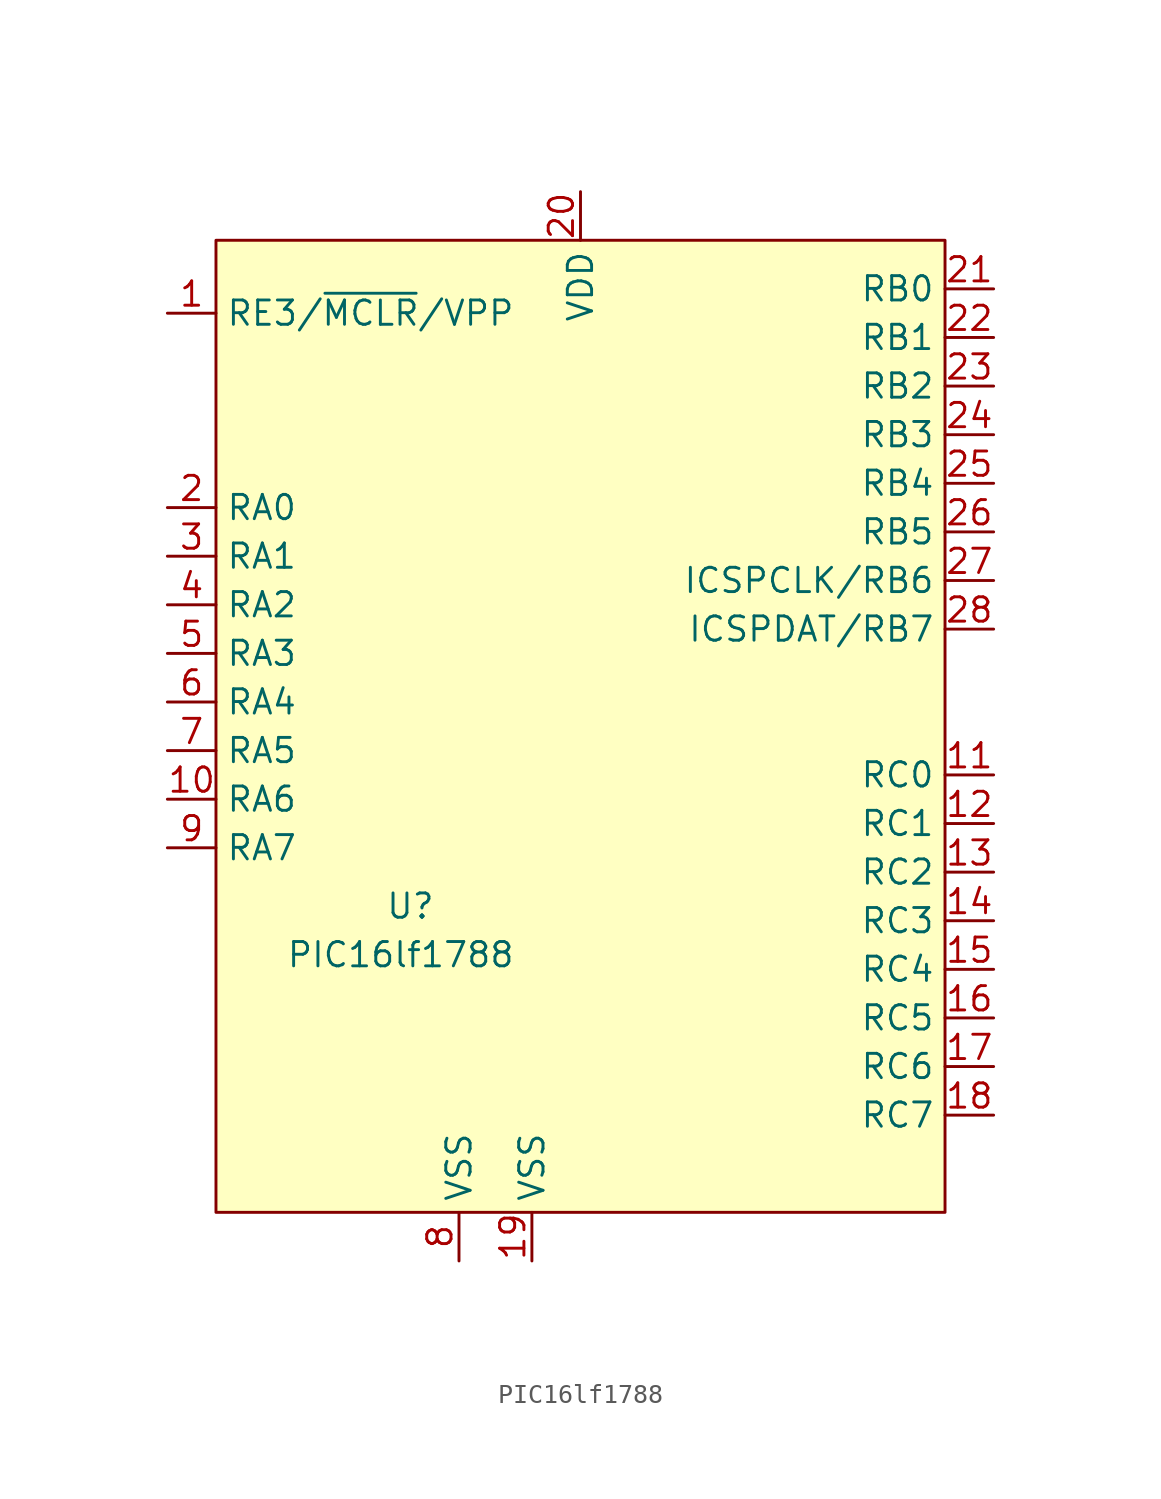
<source format=kicad_sym>
(kicad_symbol_lib
  (version 20231120)
  (generator "kicad_symbol_editor")
  (generator_version "8.0")
  (symbol "PIC16lf1788"
    (property "Reference" "U"
      (at -8.89 -34.798 0)
      (effects (font (size 1.27 1.27))))
    (property "Value" "PIC16lf1788"
      (at -9.398 -37.338 0)
      (effects (font (size 1.27 1.27))))
    (symbol "PIC16lf1788_1_1"
      (rectangle (start -19.05 0) (end 19.05 -50.8) (stroke (width 0) (type default)) (fill (type background)))
      (pin passive line (at -21.59 -3.81 0) (length 2.54) (name "RE3/~{MCLR}/VPP" (effects (font (size 1.27 1.27)))) (number "1" (effects (font (size 1.27 1.27)))))
      (pin passive line (at -21.59 -29.21 0) (length 2.54) (name "RA6" (effects (font (size 1.27 1.27)))) (number "10" (effects (font (size 1.27 1.27)))))
      (pin passive line (at 21.59 -27.94 180) (length 2.54) (name "RC0" (effects (font (size 1.27 1.27)))) (number "11" (effects (font (size 1.27 1.27)))))
      (pin passive line (at 21.59 -30.48 180) (length 2.54) (name "RC1" (effects (font (size 1.27 1.27)))) (number "12" (effects (font (size 1.27 1.27)))))
      (pin passive line (at 21.59 -33.02 180) (length 2.54) (name "RC2" (effects (font (size 1.27 1.27)))) (number "13" (effects (font (size 1.27 1.27)))))
      (pin passive line (at 21.59 -35.56 180) (length 2.54) (name "RC3" (effects (font (size 1.27 1.27)))) (number "14" (effects (font (size 1.27 1.27)))))
      (pin passive line (at 21.59 -38.1 180) (length 2.54) (name "RC4" (effects (font (size 1.27 1.27)))) (number "15" (effects (font (size 1.27 1.27)))))
      (pin passive line (at 21.59 -40.64 180) (length 2.54) (name "RC5" (effects (font (size 1.27 1.27)))) (number "16" (effects (font (size 1.27 1.27)))))
      (pin passive line (at 21.59 -43.18 180) (length 2.54) (name "RC6" (effects (font (size 1.27 1.27)))) (number "17" (effects (font (size 1.27 1.27)))))
      (pin passive line (at 21.59 -45.72 180) (length 2.54) (name "RC7" (effects (font (size 1.27 1.27)))) (number "18" (effects (font (size 1.27 1.27)))))
      (pin power_out line (at -2.54 -53.34 90) (length 2.54) (name "VSS" (effects (font (size 1.27 1.27)))) (number "19" (effects (font (size 1.27 1.27)))))
      (pin passive line (at -21.59 -13.97 0) (length 2.54) (name "RA0" (effects (font (size 1.27 1.27)))) (number "2" (effects (font (size 1.27 1.27)))))
      (pin power_out line (at 0 2.54 270) (length 2.54) (name "VDD" (effects (font (size 1.27 1.27)))) (number "20" (effects (font (size 1.27 1.27)))))
      (pin passive line (at 21.59 -2.54 180) (length 2.54) (name "RB0" (effects (font (size 1.27 1.27)))) (number "21" (effects (font (size 1.27 1.27)))))
      (pin passive line (at 21.59 -5.08 180) (length 2.54) (name "RB1" (effects (font (size 1.27 1.27)))) (number "22" (effects (font (size 1.27 1.27)))))
      (pin passive line (at 21.59 -7.62 180) (length 2.54) (name "RB2" (effects (font (size 1.27 1.27)))) (number "23" (effects (font (size 1.27 1.27)))))
      (pin passive line (at 21.59 -10.16 180) (length 2.54) (name "RB3" (effects (font (size 1.27 1.27)))) (number "24" (effects (font (size 1.27 1.27)))))
      (pin passive line (at 21.59 -12.7 180) (length 2.54) (name "RB4" (effects (font (size 1.27 1.27)))) (number "25" (effects (font (size 1.27 1.27)))))
      (pin passive line (at 21.59 -15.24 180) (length 2.54) (name "RB5" (effects (font (size 1.27 1.27)))) (number "26" (effects (font (size 1.27 1.27)))))
      (pin passive line (at 21.59 -17.78 180) (length 2.54) (name "ICSPCLK/RB6" (effects (font (size 1.27 1.27)))) (number "27" (effects (font (size 1.27 1.27)))))
      (pin passive line (at 21.59 -20.32 180) (length 2.54) (name "ICSPDAT/RB7" (effects (font (size 1.27 1.27)))) (number "28" (effects (font (size 1.27 1.27)))))
      (pin passive line (at -21.59 -16.51 0) (length 2.54) (name "RA1" (effects (font (size 1.27 1.27)))) (number "3" (effects (font (size 1.27 1.27)))))
      (pin passive line (at -21.59 -19.05 0) (length 2.54) (name "RA2" (effects (font (size 1.27 1.27)))) (number "4" (effects (font (size 1.27 1.27)))))
      (pin passive line (at -21.59 -21.59 0) (length 2.54) (name "RA3" (effects (font (size 1.27 1.27)))) (number "5" (effects (font (size 1.27 1.27)))))
      (pin passive line (at -21.59 -24.13 0) (length 2.54) (name "RA4" (effects (font (size 1.27 1.27)))) (number "6" (effects (font (size 1.27 1.27)))))
      (pin passive line (at -21.59 -26.67 0) (length 2.54) (name "RA5" (effects (font (size 1.27 1.27)))) (number "7" (effects (font (size 1.27 1.27)))))
      (pin power_out line (at -6.35 -53.34 90) (length 2.54) (name "VSS" (effects (font (size 1.27 1.27)))) (number "8" (effects (font (size 1.27 1.27)))))
      (pin passive line (at -21.59 -31.75 0) (length 2.54) (name "RA7" (effects (font (size 1.27 1.27)))) (number "9" (effects (font (size 1.27 1.27))))))))
</source>
